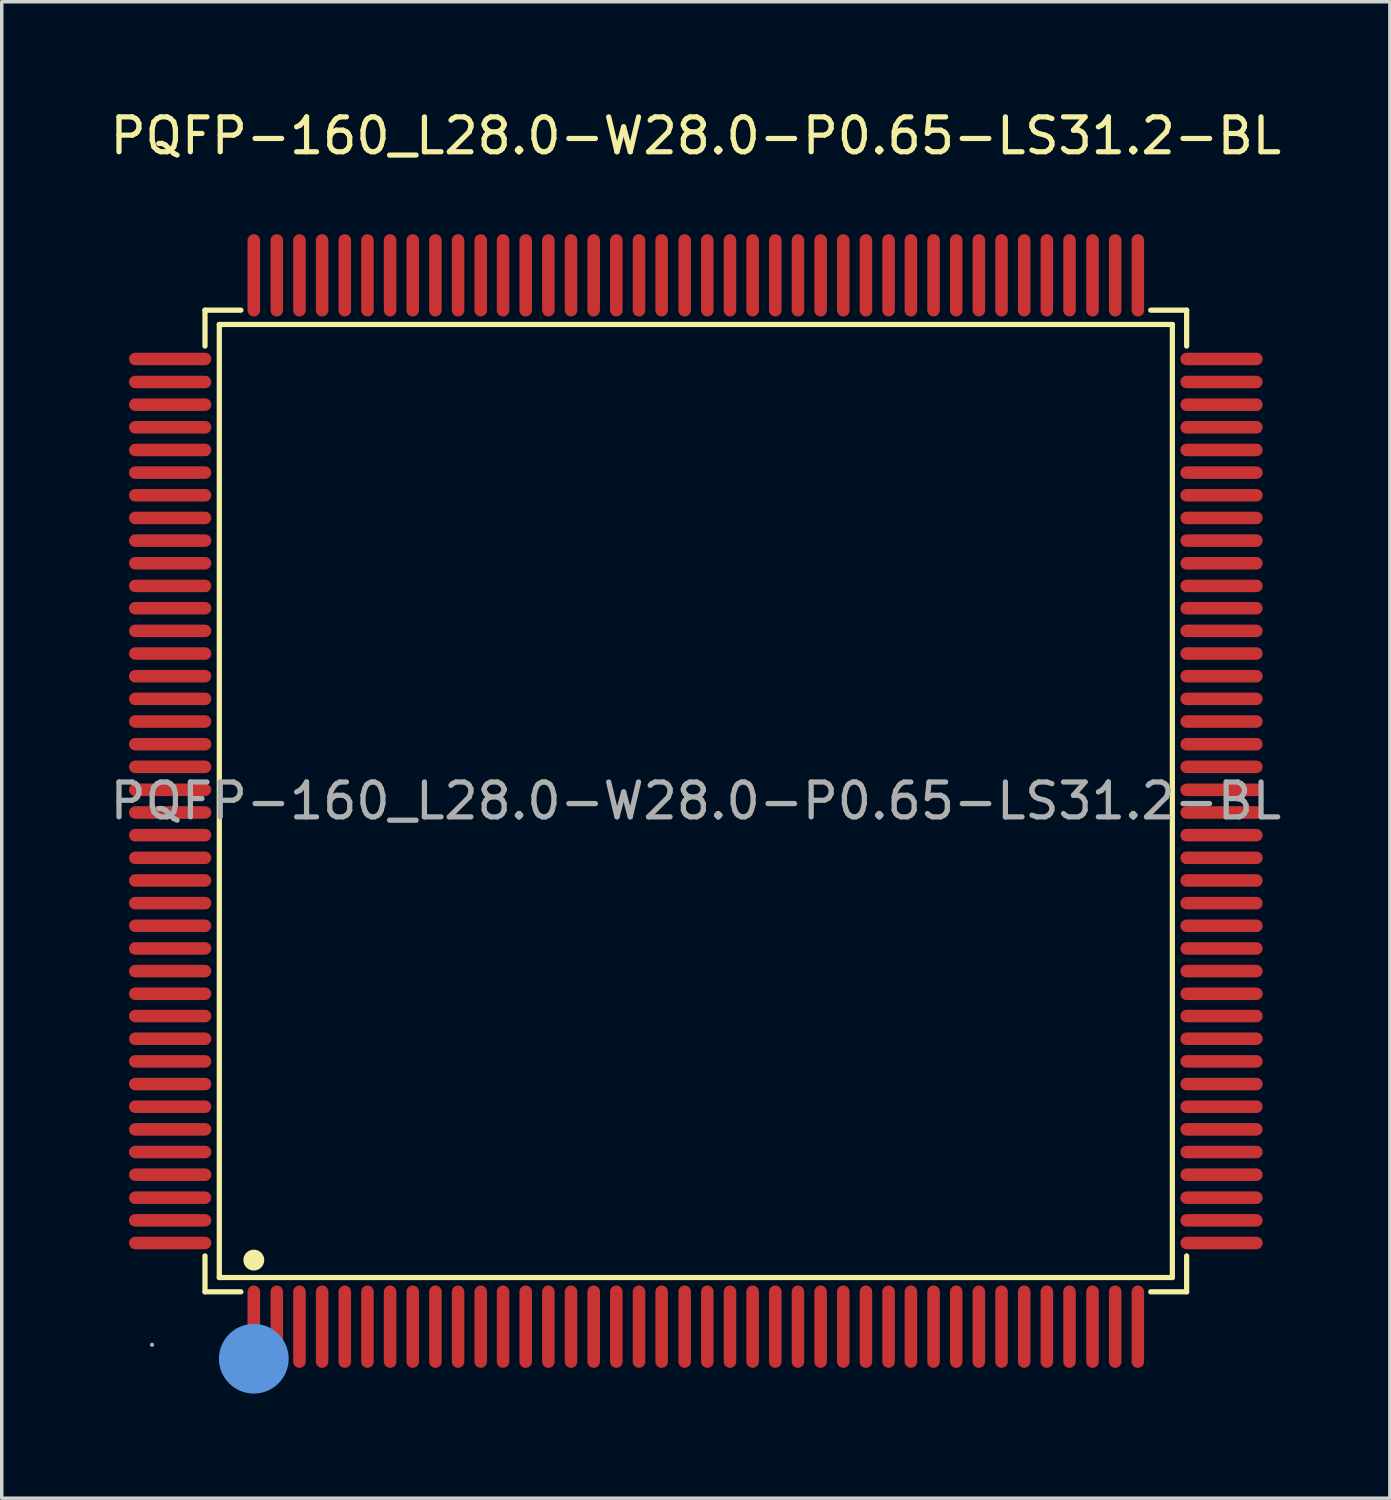
<source format=kicad_pcb>
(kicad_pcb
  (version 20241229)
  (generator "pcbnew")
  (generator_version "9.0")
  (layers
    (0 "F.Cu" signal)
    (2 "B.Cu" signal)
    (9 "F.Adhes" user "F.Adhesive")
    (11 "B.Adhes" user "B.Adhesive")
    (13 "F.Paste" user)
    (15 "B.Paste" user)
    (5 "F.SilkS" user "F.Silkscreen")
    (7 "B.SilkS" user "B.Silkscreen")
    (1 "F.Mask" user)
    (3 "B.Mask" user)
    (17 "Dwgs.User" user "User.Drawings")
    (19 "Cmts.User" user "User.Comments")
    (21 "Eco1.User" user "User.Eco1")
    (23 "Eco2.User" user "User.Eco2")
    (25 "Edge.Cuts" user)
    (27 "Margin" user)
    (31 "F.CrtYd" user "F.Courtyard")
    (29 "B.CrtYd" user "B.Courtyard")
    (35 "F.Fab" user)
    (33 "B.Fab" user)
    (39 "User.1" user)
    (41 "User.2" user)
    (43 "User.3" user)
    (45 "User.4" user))
  (footprint "PQFP-160_L28.0-W28.0-P0.65-LS31.2-BL"
    (layer "F.Cu")
    (at 16.911 19.928)
    (property "Reference" "PQFP-160_L28.0-W28.0-P0.65-LS31.2-BL" (at 0 -19.08 0) (layer "F.SilkS") (effects (font (size 1 1) (thickness 0.15))))
    (attr through_hole)
    (fp_line (start -14.08 -14.08) (end -13.05 -14.08) (stroke (width 0.15) (type solid)) (layer "F.SilkS"))
    (fp_line (start -14.08 -13.05) (end -14.08 -14.08) (stroke (width 0.15) (type solid)) (layer "F.SilkS"))
    (fp_line (start -14.08 13.05) (end -14.08 14.08) (stroke (width 0.15) (type solid)) (layer "F.SilkS"))
    (fp_line (start -14.08 14.08) (end -13.05 14.08) (stroke (width 0.15) (type solid)) (layer "F.SilkS"))
    (fp_line (start -13.67 -13.67) (end 13.67 -13.67) (stroke (width 0.15) (type solid)) (layer "F.SilkS"))
    (fp_line (start -13.67 13.67) (end -13.67 -13.67) (stroke (width 0.15) (type solid)) (layer "F.SilkS"))
    (fp_line (start 13.67 -13.67) (end 13.67 13.67) (stroke (width 0.15) (type solid)) (layer "F.SilkS"))
    (fp_line (start 13.67 13.67) (end -13.67 13.67) (stroke (width 0.15) (type solid)) (layer "F.SilkS"))
    (fp_line (start 14.08 -14.08) (end 13.05 -14.08) (stroke (width 0.15) (type solid)) (layer "F.SilkS"))
    (fp_line (start 14.08 -13.05) (end 14.08 -14.08) (stroke (width 0.15) (type solid)) (layer "F.SilkS"))
    (fp_line (start 14.08 13.05) (end 14.08 14.08) (stroke (width 0.15) (type solid)) (layer "F.SilkS"))
    (fp_line (start 14.08 14.08) (end 13.05 14.08) (stroke (width 0.15) (type solid)) (layer "F.SilkS"))
    (fp_circle (center -12.68 13.17) (end -12.53 13.17) (stroke (width 0.3) (type solid)) (fill no) (layer "F.SilkS"))
    (fp_circle (center -12.68 16.56) (end -12.58 16.56) (stroke (width 0.2) (type solid)) (fill no) (layer "F.SilkS"))
    (fp_circle (center -12.68 16) (end -12.18 16) (stroke (width 1) (type solid)) (fill no) (layer "Cmts.User"))
    (fp_circle (center -15.6 15.6) (end -15.57 15.6) (stroke (width 0.06) (type solid)) (fill no) (layer "F.Fab"))
    (fp_text user "${REFERENCE}" (at 0 0 0) (layer "F.Fab") (effects (font (size 1 1) (thickness 0.15))))
    (pad "1" smd oval (at -12.68 15.08) (size 0.36 2.36) (layers "F.Cu" "F.Mask" "F.Paste"))
    (pad "2" smd oval (at -12.02 15.08) (size 0.36 2.36) (layers "F.Cu" "F.Mask" "F.Paste"))
    (pad "3" smd oval (at -11.37 15.08) (size 0.36 2.36) (layers "F.Cu" "F.Mask" "F.Paste"))
    (pad "4" smd oval (at -10.72 15.08) (size 0.36 2.36) (layers "F.Cu" "F.Mask" "F.Paste"))
    (pad "5" smd oval (at -10.07 15.08) (size 0.36 2.36) (layers "F.Cu" "F.Mask" "F.Paste"))
    (pad "6" smd oval (at -9.42 15.08) (size 0.36 2.36) (layers "F.Cu" "F.Mask" "F.Paste"))
    (pad "7" smd oval (at -8.77 15.08) (size 0.36 2.36) (layers "F.Cu" "F.Mask" "F.Paste"))
    (pad "8" smd oval (at -8.12 15.08) (size 0.36 2.36) (layers "F.Cu" "F.Mask" "F.Paste"))
    (pad "9" smd oval (at -7.47 15.08) (size 0.36 2.36) (layers "F.Cu" "F.Mask" "F.Paste"))
    (pad "10" smd oval (at -6.82 15.08) (size 0.36 2.36) (layers "F.Cu" "F.Mask" "F.Paste"))
    (pad "11" smd oval (at -6.17 15.08) (size 0.36 2.36) (layers "F.Cu" "F.Mask" "F.Paste"))
    (pad "12" smd oval (at -5.53 15.08) (size 0.36 2.36) (layers "F.Cu" "F.Mask" "F.Paste"))
    (pad "13" smd oval (at -4.88 15.08) (size 0.36 2.36) (layers "F.Cu" "F.Mask" "F.Paste"))
    (pad "14" smd oval (at -4.23 15.08) (size 0.36 2.36) (layers "F.Cu" "F.Mask" "F.Paste"))
    (pad "15" smd oval (at -3.58 15.08) (size 0.36 2.36) (layers "F.Cu" "F.Mask" "F.Paste"))
    (pad "16" smd oval (at -2.93 15.08) (size 0.36 2.36) (layers "F.Cu" "F.Mask" "F.Paste"))
    (pad "17" smd oval (at -2.28 15.08) (size 0.36 2.36) (layers "F.Cu" "F.Mask" "F.Paste"))
    (pad "18" smd oval (at -1.63 15.08) (size 0.36 2.36) (layers "F.Cu" "F.Mask" "F.Paste"))
    (pad "19" smd oval (at -0.98 15.08) (size 0.36 2.36) (layers "F.Cu" "F.Mask" "F.Paste"))
    (pad "20" smd oval (at -0.32 15.08) (size 0.36 2.36) (layers "F.Cu" "F.Mask" "F.Paste"))
    (pad "21" smd oval (at 0.33 15.08) (size 0.36 2.36) (layers "F.Cu" "F.Mask" "F.Paste"))
    (pad "22" smd oval (at 0.98 15.08) (size 0.36 2.36) (layers "F.Cu" "F.Mask" "F.Paste"))
    (pad "23" smd oval (at 1.63 15.08) (size 0.36 2.36) (layers "F.Cu" "F.Mask" "F.Paste"))
    (pad "24" smd oval (at 2.28 15.08) (size 0.36 2.36) (layers "F.Cu" "F.Mask" "F.Paste"))
    (pad "25" smd oval (at 2.93 15.08) (size 0.36 2.36) (layers "F.Cu" "F.Mask" "F.Paste"))
    (pad "26" smd oval (at 3.58 15.08) (size 0.36 2.36) (layers "F.Cu" "F.Mask" "F.Paste"))
    (pad "27" smd oval (at 4.23 15.08) (size 0.36 2.36) (layers "F.Cu" "F.Mask" "F.Paste"))
    (pad "28" smd oval (at 4.88 15.08) (size 0.36 2.36) (layers "F.Cu" "F.Mask" "F.Paste"))
    (pad "29" smd oval (at 5.53 15.08) (size 0.36 2.36) (layers "F.Cu" "F.Mask" "F.Paste"))
    (pad "30" smd oval (at 6.17 15.08) (size 0.36 2.36) (layers "F.Cu" "F.Mask" "F.Paste"))
    (pad "31" smd oval (at 6.82 15.08) (size 0.36 2.36) (layers "F.Cu" "F.Mask" "F.Paste"))
    (pad "32" smd oval (at 7.47 15.08) (size 0.36 2.36) (layers "F.Cu" "F.Mask" "F.Paste"))
    (pad "33" smd oval (at 8.12 15.08) (size 0.36 2.36) (layers "F.Cu" "F.Mask" "F.Paste"))
    (pad "34" smd oval (at 8.77 15.08) (size 0.36 2.36) (layers "F.Cu" "F.Mask" "F.Paste"))
    (pad "35" smd oval (at 9.42 15.08) (size 0.36 2.36) (layers "F.Cu" "F.Mask" "F.Paste"))
    (pad "36" smd oval (at 10.07 15.08) (size 0.36 2.36) (layers "F.Cu" "F.Mask" "F.Paste"))
    (pad "37" smd oval (at 10.72 15.08) (size 0.36 2.36) (layers "F.Cu" "F.Mask" "F.Paste"))
    (pad "38" smd oval (at 11.38 15.08) (size 0.36 2.36) (layers "F.Cu" "F.Mask" "F.Paste"))
    (pad "39" smd oval (at 12.03 15.08) (size 0.36 2.36) (layers "F.Cu" "F.Mask" "F.Paste"))
    (pad "40" smd oval (at 12.68 15.08) (size 0.36 2.36) (layers "F.Cu" "F.Mask" "F.Paste"))
    (pad "41" smd oval (at 15.08 12.68) (size 2.36 0.36) (layers "F.Cu" "F.Mask" "F.Paste"))
    (pad "42" smd oval (at 15.08 12.03) (size 2.36 0.36) (layers "F.Cu" "F.Mask" "F.Paste"))
    (pad "43" smd oval (at 15.08 11.38) (size 2.36 0.36) (layers "F.Cu" "F.Mask" "F.Paste"))
    (pad "44" smd oval (at 15.08 10.72) (size 2.36 0.36) (layers "F.Cu" "F.Mask" "F.Paste"))
    (pad "45" smd oval (at 15.08 10.07) (size 2.36 0.36) (layers "F.Cu" "F.Mask" "F.Paste"))
    (pad "46" smd oval (at 15.08 9.42) (size 2.36 0.36) (layers "F.Cu" "F.Mask" "F.Paste"))
    (pad "47" smd oval (at 15.08 8.77) (size 2.36 0.36) (layers "F.Cu" "F.Mask" "F.Paste"))
    (pad "48" smd oval (at 15.08 8.12) (size 2.36 0.36) (layers "F.Cu" "F.Mask" "F.Paste"))
    (pad "49" smd oval (at 15.08 7.47) (size 2.36 0.36) (layers "F.Cu" "F.Mask" "F.Paste"))
    (pad "50" smd oval (at 15.08 6.82) (size 2.36 0.36) (layers "F.Cu" "F.Mask" "F.Paste"))
    (pad "51" smd oval (at 15.08 6.17) (size 2.36 0.36) (layers "F.Cu" "F.Mask" "F.Paste"))
    (pad "52" smd oval (at 15.08 5.53) (size 2.36 0.36) (layers "F.Cu" "F.Mask" "F.Paste"))
    (pad "53" smd oval (at 15.08 4.88) (size 2.36 0.36) (layers "F.Cu" "F.Mask" "F.Paste"))
    (pad "54" smd oval (at 15.08 4.23) (size 2.36 0.36) (layers "F.Cu" "F.Mask" "F.Paste"))
    (pad "55" smd oval (at 15.08 3.58) (size 2.36 0.36) (layers "F.Cu" "F.Mask" "F.Paste"))
    (pad "56" smd oval (at 15.08 2.93) (size 2.36 0.36) (layers "F.Cu" "F.Mask" "F.Paste"))
    (pad "57" smd oval (at 15.08 2.28) (size 2.36 0.36) (layers "F.Cu" "F.Mask" "F.Paste"))
    (pad "58" smd oval (at 15.08 1.63) (size 2.36 0.36) (layers "F.Cu" "F.Mask" "F.Paste"))
    (pad "59" smd oval (at 15.08 0.98) (size 2.36 0.36) (layers "F.Cu" "F.Mask" "F.Paste"))
    (pad "60" smd oval (at 15.08 0.33) (size 2.36 0.36) (layers "F.Cu" "F.Mask" "F.Paste"))
    (pad "61" smd oval (at 15.08 -0.32) (size 2.36 0.36) (layers "F.Cu" "F.Mask" "F.Paste"))
    (pad "62" smd oval (at 15.08 -0.98) (size 2.36 0.36) (layers "F.Cu" "F.Mask" "F.Paste"))
    (pad "63" smd oval (at 15.08 -1.63) (size 2.36 0.36) (layers "F.Cu" "F.Mask" "F.Paste"))
    (pad "64" smd oval (at 15.08 -2.28) (size 2.36 0.36) (layers "F.Cu" "F.Mask" "F.Paste"))
    (pad "65" smd oval (at 15.08 -2.93) (size 2.36 0.36) (layers "F.Cu" "F.Mask" "F.Paste"))
    (pad "66" smd oval (at 15.08 -3.58) (size 2.36 0.36) (layers "F.Cu" "F.Mask" "F.Paste"))
    (pad "67" smd oval (at 15.08 -4.23) (size 2.36 0.36) (layers "F.Cu" "F.Mask" "F.Paste"))
    (pad "68" smd oval (at 15.08 -4.88) (size 2.36 0.36) (layers "F.Cu" "F.Mask" "F.Paste"))
    (pad "69" smd oval (at 15.08 -5.53) (size 2.36 0.36) (layers "F.Cu" "F.Mask" "F.Paste"))
    (pad "70" smd oval (at 15.08 -6.17) (size 2.36 0.36) (layers "F.Cu" "F.Mask" "F.Paste"))
    (pad "71" smd oval (at 15.08 -6.82) (size 2.36 0.36) (layers "F.Cu" "F.Mask" "F.Paste"))
    (pad "72" smd oval (at 15.08 -7.47) (size 2.36 0.36) (layers "F.Cu" "F.Mask" "F.Paste"))
    (pad "73" smd oval (at 15.08 -8.12) (size 2.36 0.36) (layers "F.Cu" "F.Mask" "F.Paste"))
    (pad "74" smd oval (at 15.08 -8.77) (size 2.36 0.36) (layers "F.Cu" "F.Mask" "F.Paste"))
    (pad "75" smd oval (at 15.08 -9.42) (size 2.36 0.36) (layers "F.Cu" "F.Mask" "F.Paste"))
    (pad "76" smd oval (at 15.08 -10.07) (size 2.36 0.36) (layers "F.Cu" "F.Mask" "F.Paste"))
    (pad "77" smd oval (at 15.08 -10.72) (size 2.36 0.36) (layers "F.Cu" "F.Mask" "F.Paste"))
    (pad "78" smd oval (at 15.08 -11.37) (size 2.36 0.36) (layers "F.Cu" "F.Mask" "F.Paste"))
    (pad "79" smd oval (at 15.08 -12.02) (size 2.36 0.36) (layers "F.Cu" "F.Mask" "F.Paste"))
    (pad "80" smd oval (at 15.08 -12.68) (size 2.36 0.36) (layers "F.Cu" "F.Mask" "F.Paste"))
    (pad "81" smd oval (at 12.68 -15.08) (size 0.36 2.36) (layers "F.Cu" "F.Mask" "F.Paste"))
    (pad "82" smd oval (at 12.03 -15.08) (size 0.36 2.36) (layers "F.Cu" "F.Mask" "F.Paste"))
    (pad "83" smd oval (at 11.38 -15.08) (size 0.36 2.36) (layers "F.Cu" "F.Mask" "F.Paste"))
    (pad "84" smd oval (at 10.72 -15.08) (size 0.36 2.36) (layers "F.Cu" "F.Mask" "F.Paste"))
    (pad "85" smd oval (at 10.07 -15.08) (size 0.36 2.36) (layers "F.Cu" "F.Mask" "F.Paste"))
    (pad "86" smd oval (at 9.42 -15.08) (size 0.36 2.36) (layers "F.Cu" "F.Mask" "F.Paste"))
    (pad "87" smd oval (at 8.77 -15.08) (size 0.36 2.36) (layers "F.Cu" "F.Mask" "F.Paste"))
    (pad "88" smd oval (at 8.12 -15.08) (size 0.36 2.36) (layers "F.Cu" "F.Mask" "F.Paste"))
    (pad "89" smd oval (at 7.47 -15.08) (size 0.36 2.36) (layers "F.Cu" "F.Mask" "F.Paste"))
    (pad "90" smd oval (at 6.82 -15.08) (size 0.36 2.36) (layers "F.Cu" "F.Mask" "F.Paste"))
    (pad "91" smd oval (at 6.17 -15.08) (size 0.36 2.36) (layers "F.Cu" "F.Mask" "F.Paste"))
    (pad "92" smd oval (at 5.53 -15.08) (size 0.36 2.36) (layers "F.Cu" "F.Mask" "F.Paste"))
    (pad "93" smd oval (at 4.88 -15.08) (size 0.36 2.36) (layers "F.Cu" "F.Mask" "F.Paste"))
    (pad "94" smd oval (at 4.23 -15.08) (size 0.36 2.36) (layers "F.Cu" "F.Mask" "F.Paste"))
    (pad "95" smd oval (at 3.58 -15.08) (size 0.36 2.36) (layers "F.Cu" "F.Mask" "F.Paste"))
    (pad "96" smd oval (at 2.93 -15.08) (size 0.36 2.36) (layers "F.Cu" "F.Mask" "F.Paste"))
    (pad "97" smd oval (at 2.28 -15.08) (size 0.36 2.36) (layers "F.Cu" "F.Mask" "F.Paste"))
    (pad "98" smd oval (at 1.63 -15.08) (size 0.36 2.36) (layers "F.Cu" "F.Mask" "F.Paste"))
    (pad "99" smd oval (at 0.98 -15.08) (size 0.36 2.36) (layers "F.Cu" "F.Mask" "F.Paste"))
    (pad "100" smd oval (at 0.33 -15.08) (size 0.36 2.36) (layers "F.Cu" "F.Mask" "F.Paste"))
    (pad "101" smd oval (at -0.32 -15.08) (size 0.36 2.36) (layers "F.Cu" "F.Mask" "F.Paste"))
    (pad "102" smd oval (at -0.98 -15.08) (size 0.36 2.36) (layers "F.Cu" "F.Mask" "F.Paste"))
    (pad "103" smd oval (at -1.63 -15.08) (size 0.36 2.36) (layers "F.Cu" "F.Mask" "F.Paste"))
    (pad "104" smd oval (at -2.28 -15.08) (size 0.36 2.36) (layers "F.Cu" "F.Mask" "F.Paste"))
    (pad "105" smd oval (at -2.93 -15.08) (size 0.36 2.36) (layers "F.Cu" "F.Mask" "F.Paste"))
    (pad "106" smd oval (at -3.58 -15.08) (size 0.36 2.36) (layers "F.Cu" "F.Mask" "F.Paste"))
    (pad "107" smd oval (at -4.23 -15.08) (size 0.36 2.36) (layers "F.Cu" "F.Mask" "F.Paste"))
    (pad "108" smd oval (at -4.88 -15.08) (size 0.36 2.36) (layers "F.Cu" "F.Mask" "F.Paste"))
    (pad "109" smd oval (at -5.53 -15.08) (size 0.36 2.36) (layers "F.Cu" "F.Mask" "F.Paste"))
    (pad "110" smd oval (at -6.17 -15.08) (size 0.36 2.36) (layers "F.Cu" "F.Mask" "F.Paste"))
    (pad "111" smd oval (at -6.82 -15.08) (size 0.36 2.36) (layers "F.Cu" "F.Mask" "F.Paste"))
    (pad "112" smd oval (at -7.47 -15.08) (size 0.36 2.36) (layers "F.Cu" "F.Mask" "F.Paste"))
    (pad "113" smd oval (at -8.12 -15.08) (size 0.36 2.36) (layers "F.Cu" "F.Mask" "F.Paste"))
    (pad "114" smd oval (at -8.77 -15.08) (size 0.36 2.36) (layers "F.Cu" "F.Mask" "F.Paste"))
    (pad "115" smd oval (at -9.42 -15.08) (size 0.36 2.36) (layers "F.Cu" "F.Mask" "F.Paste"))
    (pad "116" smd oval (at -10.07 -15.08) (size 0.36 2.36) (layers "F.Cu" "F.Mask" "F.Paste"))
    (pad "117" smd oval (at -10.72 -15.08) (size 0.36 2.36) (layers "F.Cu" "F.Mask" "F.Paste"))
    (pad "118" smd oval (at -11.37 -15.08) (size 0.36 2.36) (layers "F.Cu" "F.Mask" "F.Paste"))
    (pad "119" smd oval (at -12.02 -15.08) (size 0.36 2.36) (layers "F.Cu" "F.Mask" "F.Paste"))
    (pad "120" smd oval (at -12.68 -15.08) (size 0.36 2.36) (layers "F.Cu" "F.Mask" "F.Paste"))
    (pad "121" smd oval (at -15.08 -12.68) (size 2.36 0.36) (layers "F.Cu" "F.Mask" "F.Paste"))
    (pad "122" smd oval (at -15.08 -12.02) (size 2.36 0.36) (layers "F.Cu" "F.Mask" "F.Paste"))
    (pad "123" smd oval (at -15.08 -11.37) (size 2.36 0.36) (layers "F.Cu" "F.Mask" "F.Paste"))
    (pad "124" smd oval (at -15.08 -10.72) (size 2.36 0.36) (layers "F.Cu" "F.Mask" "F.Paste"))
    (pad "125" smd oval (at -15.08 -10.07) (size 2.36 0.36) (layers "F.Cu" "F.Mask" "F.Paste"))
    (pad "126" smd oval (at -15.08 -9.42) (size 2.36 0.36) (layers "F.Cu" "F.Mask" "F.Paste"))
    (pad "127" smd oval (at -15.08 -8.77) (size 2.36 0.36) (layers "F.Cu" "F.Mask" "F.Paste"))
    (pad "128" smd oval (at -15.08 -8.12) (size 2.36 0.36) (layers "F.Cu" "F.Mask" "F.Paste"))
    (pad "129" smd oval (at -15.08 -7.47) (size 2.36 0.36) (layers "F.Cu" "F.Mask" "F.Paste"))
    (pad "130" smd oval (at -15.08 -6.82) (size 2.36 0.36) (layers "F.Cu" "F.Mask" "F.Paste"))
    (pad "131" smd oval (at -15.08 -6.17) (size 2.36 0.36) (layers "F.Cu" "F.Mask" "F.Paste"))
    (pad "132" smd oval (at -15.08 -5.53) (size 2.36 0.36) (layers "F.Cu" "F.Mask" "F.Paste"))
    (pad "133" smd oval (at -15.08 -4.88) (size 2.36 0.36) (layers "F.Cu" "F.Mask" "F.Paste"))
    (pad "134" smd oval (at -15.08 -4.23) (size 2.36 0.36) (layers "F.Cu" "F.Mask" "F.Paste"))
    (pad "135" smd oval (at -15.08 -3.58) (size 2.36 0.36) (layers "F.Cu" "F.Mask" "F.Paste"))
    (pad "136" smd oval (at -15.08 -2.93) (size 2.36 0.36) (layers "F.Cu" "F.Mask" "F.Paste"))
    (pad "137" smd oval (at -15.08 -2.28) (size 2.36 0.36) (layers "F.Cu" "F.Mask" "F.Paste"))
    (pad "138" smd oval (at -15.08 -1.63) (size 2.36 0.36) (layers "F.Cu" "F.Mask" "F.Paste"))
    (pad "139" smd oval (at -15.08 -0.98) (size 2.36 0.36) (layers "F.Cu" "F.Mask" "F.Paste"))
    (pad "140" smd oval (at -15.08 -0.32) (size 2.36 0.36) (layers "F.Cu" "F.Mask" "F.Paste"))
    (pad "141" smd oval (at -15.08 0.33) (size 2.36 0.36) (layers "F.Cu" "F.Mask" "F.Paste"))
    (pad "142" smd oval (at -15.08 0.98) (size 2.36 0.36) (layers "F.Cu" "F.Mask" "F.Paste"))
    (pad "143" smd oval (at -15.08 1.63) (size 2.36 0.36) (layers "F.Cu" "F.Mask" "F.Paste"))
    (pad "144" smd oval (at -15.08 2.28) (size 2.36 0.36) (layers "F.Cu" "F.Mask" "F.Paste"))
    (pad "145" smd oval (at -15.08 2.93) (size 2.36 0.36) (layers "F.Cu" "F.Mask" "F.Paste"))
    (pad "146" smd oval (at -15.08 3.58) (size 2.36 0.36) (layers "F.Cu" "F.Mask" "F.Paste"))
    (pad "147" smd oval (at -15.08 4.23) (size 2.36 0.36) (layers "F.Cu" "F.Mask" "F.Paste"))
    (pad "148" smd oval (at -15.08 4.88) (size 2.36 0.36) (layers "F.Cu" "F.Mask" "F.Paste"))
    (pad "149" smd oval (at -15.08 5.53) (size 2.36 0.36) (layers "F.Cu" "F.Mask" "F.Paste"))
    (pad "150" smd oval (at -15.08 6.17) (size 2.36 0.36) (layers "F.Cu" "F.Mask" "F.Paste"))
    (pad "151" smd oval (at -15.08 6.82) (size 2.36 0.36) (layers "F.Cu" "F.Mask" "F.Paste"))
    (pad "152" smd oval (at -15.08 7.47) (size 2.36 0.36) (layers "F.Cu" "F.Mask" "F.Paste"))
    (pad "153" smd oval (at -15.08 8.12) (size 2.36 0.36) (layers "F.Cu" "F.Mask" "F.Paste"))
    (pad "154" smd oval (at -15.08 8.77) (size 2.36 0.36) (layers "F.Cu" "F.Mask" "F.Paste"))
    (pad "155" smd oval (at -15.08 9.42) (size 2.36 0.36) (layers "F.Cu" "F.Mask" "F.Paste"))
    (pad "156" smd oval (at -15.08 10.07) (size 2.36 0.36) (layers "F.Cu" "F.Mask" "F.Paste"))
    (pad "157" smd oval (at -15.08 10.72) (size 2.36 0.36) (layers "F.Cu" "F.Mask" "F.Paste"))
    (pad "158" smd oval (at -15.08 11.38) (size 2.36 0.36) (layers "F.Cu" "F.Mask" "F.Paste"))
    (pad "159" smd oval (at -15.08 12.03) (size 2.36 0.36) (layers "F.Cu" "F.Mask" "F.Paste"))
    (pad "160" smd oval (at -15.08 12.68) (size 2.36 0.36) (layers "F.Cu" "F.Mask" "F.Paste")))
  (gr_rect
    (start -3 -3)
    (end 36.821 39.928)
    (stroke (width 0.1) (type default))
    (fill no)
    (layer "Edge.Cuts")))
</source>
